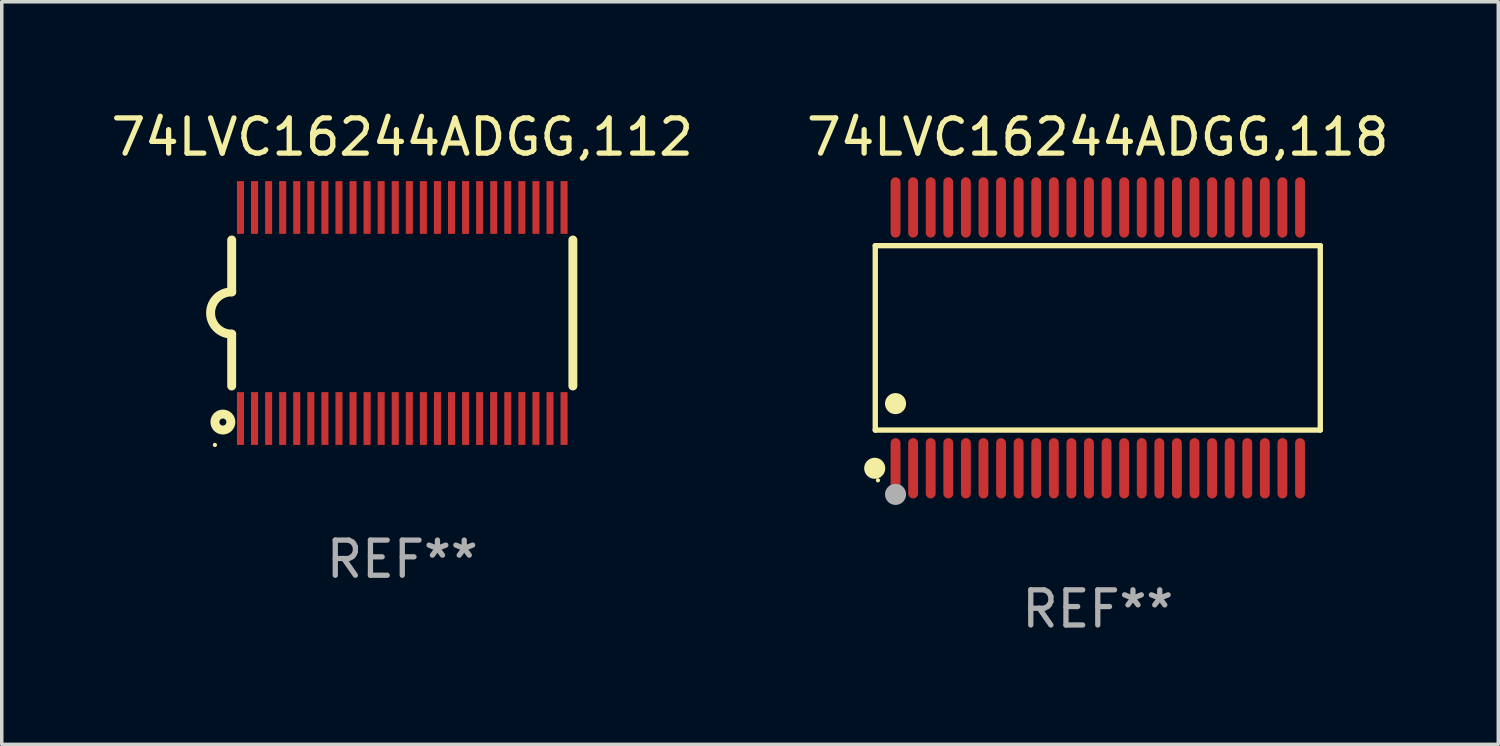
<source format=kicad_pcb>
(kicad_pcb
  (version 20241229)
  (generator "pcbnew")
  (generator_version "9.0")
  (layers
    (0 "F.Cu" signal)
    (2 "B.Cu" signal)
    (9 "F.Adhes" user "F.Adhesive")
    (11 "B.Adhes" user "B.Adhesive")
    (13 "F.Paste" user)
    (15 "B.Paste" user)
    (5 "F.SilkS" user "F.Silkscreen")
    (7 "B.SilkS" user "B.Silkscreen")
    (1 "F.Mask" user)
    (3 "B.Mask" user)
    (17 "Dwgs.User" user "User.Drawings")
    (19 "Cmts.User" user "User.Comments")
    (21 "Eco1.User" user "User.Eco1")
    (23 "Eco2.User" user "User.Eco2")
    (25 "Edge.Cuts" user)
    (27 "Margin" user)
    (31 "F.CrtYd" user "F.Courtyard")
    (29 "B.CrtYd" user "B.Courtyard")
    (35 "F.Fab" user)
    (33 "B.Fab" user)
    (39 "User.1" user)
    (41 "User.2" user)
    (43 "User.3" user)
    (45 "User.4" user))
  (footprint "74LVC16244ADGG,112"
    (layer "F.Cu")
    (at 8.387 5.849)
    (property "Reference" "74LVC16244ADGG,112" (at 0 -5.001 0) (layer "F.SilkS") (effects (font (size 1 1) (thickness 0.15))))
    (attr through_hole)
    (fp_line (start -4.85 -2.076) (end -4.85 -0.6) (stroke (width 0.254) (type solid)) (layer "F.SilkS"))
    (fp_line (start -4.85 2.076) (end -4.85 0.6) (stroke (width 0.254) (type solid)) (layer "F.SilkS"))
    (fp_line (start 4.85 -2.075) (end 4.85 2.075) (stroke (width 0.254) (type solid)) (layer "F.SilkS"))
    (fp_arc (start -4.850013 0.6) (mid -5.449099 -0.0008) (end -4.848869 -0.600457) (stroke (width 0.254001) (type solid)) (layer "F.SilkS"))
    (fp_circle (center -5.327 3.751) (end -5.297 3.751) (stroke (width 0.06) (type solid)) (fill no) (layer "F.SilkS"))
    (fp_circle (center -5.1 3.1) (end -5 3.1) (stroke (width 0.254) (type solid)) (fill no) (layer "F.SilkS"))
    (fp_text user "REF**" (at 0 7.001 0) (layer "F.Fab") (effects (font (size 1 1) (thickness 0.15))))
    (pad "1" smd rect (at -4.6 3) (size 0.2 1.5) (layers "F.Cu" "F.Mask" "F.Paste"))
    (pad "2" smd rect (at -4.2 3) (size 0.2 1.5) (layers "F.Cu" "F.Mask" "F.Paste"))
    (pad "3" smd rect (at -3.8 3) (size 0.2 1.5) (layers "F.Cu" "F.Mask" "F.Paste"))
    (pad "4" smd rect (at -3.4 3) (size 0.2 1.5) (layers "F.Cu" "F.Mask" "F.Paste"))
    (pad "5" smd rect (at -3 3.001) (size 0.2 1.5) (layers "F.Cu" "F.Mask" "F.Paste"))
    (pad "6" smd rect (at -2.6 3) (size 0.2 1.5) (layers "F.Cu" "F.Mask" "F.Paste"))
    (pad "7" smd rect (at -2.2 3) (size 0.2 1.5) (layers "F.Cu" "F.Mask" "F.Paste"))
    (pad "8" smd rect (at -1.8 3) (size 0.2 1.5) (layers "F.Cu" "F.Mask" "F.Paste"))
    (pad "9" smd rect (at -1.4 3) (size 0.2 1.5) (layers "F.Cu" "F.Mask" "F.Paste"))
    (pad "10" smd rect (at -1 3) (size 0.2 1.5) (layers "F.Cu" "F.Mask" "F.Paste"))
    (pad "11" smd rect (at -0.6 3) (size 0.2 1.5) (layers "F.Cu" "F.Mask" "F.Paste"))
    (pad "12" smd rect (at -0.2 3) (size 0.2 1.5) (layers "F.Cu" "F.Mask" "F.Paste"))
    (pad "13" smd rect (at 0.2 3) (size 0.2 1.5) (layers "F.Cu" "F.Mask" "F.Paste"))
    (pad "14" smd rect (at 0.6 3) (size 0.2 1.5) (layers "F.Cu" "F.Mask" "F.Paste"))
    (pad "15" smd rect (at 1 3) (size 0.2 1.5) (layers "F.Cu" "F.Mask" "F.Paste"))
    (pad "16" smd rect (at 1.4 3) (size 0.2 1.5) (layers "F.Cu" "F.Mask" "F.Paste"))
    (pad "17" smd rect (at 1.8 3) (size 0.2 1.5) (layers "F.Cu" "F.Mask" "F.Paste"))
    (pad "18" smd rect (at 2.2 3.001) (size 0.2 1.5) (layers "F.Cu" "F.Mask" "F.Paste"))
    (pad "19" smd rect (at 2.598 2.998) (size 0.2 1.5) (layers "F.Cu" "F.Mask" "F.Paste"))
    (pad "20" smd rect (at 3 3) (size 0.2 1.5) (layers "F.Cu" "F.Mask" "F.Paste"))
    (pad "21" smd rect (at 3.4 3) (size 0.2 1.5) (layers "F.Cu" "F.Mask" "F.Paste"))
    (pad "22" smd rect (at 3.8 2.998) (size 0.2 1.5) (layers "F.Cu" "F.Mask" "F.Paste"))
    (pad "23" smd rect (at 4.2 3) (size 0.2 1.5) (layers "F.Cu" "F.Mask" "F.Paste"))
    (pad "24" smd rect (at 4.6 3) (size 0.2 1.5) (layers "F.Cu" "F.Mask" "F.Paste"))
    (pad "25" smd rect (at 4.6 -3) (size 0.2 1.5) (layers "F.Cu" "F.Mask" "F.Paste"))
    (pad "26" smd rect (at 4.2 -3) (size 0.2 1.5) (layers "F.Cu" "F.Mask" "F.Paste"))
    (pad "27" smd rect (at 3.8 -3) (size 0.2 1.5) (layers "F.Cu" "F.Mask" "F.Paste"))
    (pad "28" smd rect (at 3.4 -3) (size 0.2 1.5) (layers "F.Cu" "F.Mask" "F.Paste"))
    (pad "29" smd rect (at 3 -3) (size 0.2 1.5) (layers "F.Cu" "F.Mask" "F.Paste"))
    (pad "30" smd rect (at 2.6 -3) (size 0.2 1.5) (layers "F.Cu" "F.Mask" "F.Paste"))
    (pad "31" smd rect (at 2.2 -3) (size 0.2 1.5) (layers "F.Cu" "F.Mask" "F.Paste"))
    (pad "32" smd rect (at 1.8 -3) (size 0.2 1.5) (layers "F.Cu" "F.Mask" "F.Paste"))
    (pad "33" smd rect (at 1.4 -3) (size 0.2 1.5) (layers "F.Cu" "F.Mask" "F.Paste"))
    (pad "34" smd rect (at 1 -3) (size 0.2 1.5) (layers "F.Cu" "F.Mask" "F.Paste"))
    (pad "35" smd rect (at 0.6 -3) (size 0.2 1.5) (layers "F.Cu" "F.Mask" "F.Paste"))
    (pad "36" smd rect (at 0.201 -3.001) (size 0.2 1.5) (layers "F.Cu" "F.Mask" "F.Paste"))
    (pad "37" smd rect (at -0.2 -3) (size 0.2 1.5) (layers "F.Cu" "F.Mask" "F.Paste"))
    (pad "38" smd rect (at -0.6 -3) (size 0.2 1.5) (layers "F.Cu" "F.Mask" "F.Paste"))
    (pad "39" smd rect (at -1 -3) (size 0.2 1.5) (layers "F.Cu" "F.Mask" "F.Paste"))
    (pad "40" smd rect (at -1.4 -3) (size 0.2 1.5) (layers "F.Cu" "F.Mask" "F.Paste"))
    (pad "41" smd rect (at -1.8 -3) (size 0.2 1.5) (layers "F.Cu" "F.Mask" "F.Paste"))
    (pad "42" smd rect (at -2.2 -3) (size 0.2 1.5) (layers "F.Cu" "F.Mask" "F.Paste"))
    (pad "43" smd rect (at -2.6 -3) (size 0.2 1.5) (layers "F.Cu" "F.Mask" "F.Paste"))
    (pad "44" smd rect (at -3 -3) (size 0.2 1.5) (layers "F.Cu" "F.Mask" "F.Paste"))
    (pad "45" smd rect (at -3.4 -3) (size 0.2 1.5) (layers "F.Cu" "F.Mask" "F.Paste"))
    (pad "46" smd rect (at -3.8 -3) (size 0.2 1.5) (layers "F.Cu" "F.Mask" "F.Paste"))
    (pad "47" smd rect (at -4.2 -3) (size 0.2 1.5) (layers "F.Cu" "F.Mask" "F.Paste"))
    (pad "48" smd rect (at -4.6 -3) (size 0.2 1.5) (layers "F.Cu" "F.Mask" "F.Paste")))
  (footprint "74LVC16244ADGG,118"
    (layer "F.Cu")
    (at 28.161 6.556)
    (property "Reference" "74LVC16244ADGG,118" (at 0 -5.708 0) (layer "F.SilkS") (effects (font (size 1 1) (thickness 0.15))))
    (attr through_hole)
    (fp_line (start -6.326 -2.622) (end 6.326 -2.622) (stroke (width 0.152) (type solid)) (layer "F.SilkS"))
    (fp_line (start -6.326 2.621) (end -6.326 -2.622) (stroke (width 0.152) (type solid)) (layer "F.SilkS"))
    (fp_line (start 6.326 -2.622) (end 6.326 2.621) (stroke (width 0.152) (type solid)) (layer "F.SilkS"))
    (fp_line (start 6.326 2.621) (end -6.326 2.621) (stroke (width 0.152) (type solid)) (layer "F.SilkS"))
    (fp_circle (center -6.342 3.708) (end -6.192 3.708) (stroke (width 0.3) (type solid)) (fill no) (layer "F.SilkS"))
    (fp_circle (center -6.25 4.05) (end -6.22 4.05) (stroke (width 0.06) (type solid)) (fill no) (layer "F.SilkS"))
    (fp_circle (center -5.75 1.869) (end -5.6 1.869) (stroke (width 0.3) (type solid)) (fill no) (layer "F.SilkS"))
    (fp_circle (center -5.75 4.45) (end -5.6 4.45) (stroke (width 0.3) (type solid)) (fill no) (layer "F.Fab"))
    (fp_text user "REF**" (at 0 7.708 0) (layer "F.Fab") (effects (font (size 1 1) (thickness 0.15))))
    (pad "1" smd oval (at -5.75 3.708) (size 0.28 1.715) (layers "F.Cu" "F.Mask" "F.Paste"))
    (pad "2" smd oval (at -5.25 3.708) (size 0.28 1.715) (layers "F.Cu" "F.Mask" "F.Paste"))
    (pad "3" smd oval (at -4.75 3.708) (size 0.28 1.715) (layers "F.Cu" "F.Mask" "F.Paste"))
    (pad "4" smd oval (at -4.25 3.708) (size 0.28 1.715) (layers "F.Cu" "F.Mask" "F.Paste"))
    (pad "5" smd oval (at -3.75 3.708) (size 0.28 1.715) (layers "F.Cu" "F.Mask" "F.Paste"))
    (pad "6" smd oval (at -3.25 3.708) (size 0.28 1.715) (layers "F.Cu" "F.Mask" "F.Paste"))
    (pad "7" smd oval (at -2.75 3.708) (size 0.28 1.715) (layers "F.Cu" "F.Mask" "F.Paste"))
    (pad "8" smd oval (at -2.25 3.708) (size 0.28 1.715) (layers "F.Cu" "F.Mask" "F.Paste"))
    (pad "9" smd oval (at -1.75 3.708) (size 0.28 1.715) (layers "F.Cu" "F.Mask" "F.Paste"))
    (pad "10" smd oval (at -1.25 3.708) (size 0.28 1.715) (layers "F.Cu" "F.Mask" "F.Paste"))
    (pad "11" smd oval (at -0.75 3.708) (size 0.28 1.715) (layers "F.Cu" "F.Mask" "F.Paste"))
    (pad "12" smd oval (at -0.25 3.708) (size 0.28 1.715) (layers "F.Cu" "F.Mask" "F.Paste"))
    (pad "13" smd oval (at 0.25 3.708) (size 0.28 1.715) (layers "F.Cu" "F.Mask" "F.Paste"))
    (pad "14" smd oval (at 0.75 3.708) (size 0.28 1.715) (layers "F.Cu" "F.Mask" "F.Paste"))
    (pad "15" smd oval (at 1.25 3.708) (size 0.28 1.715) (layers "F.Cu" "F.Mask" "F.Paste"))
    (pad "16" smd oval (at 1.75 3.708) (size 0.28 1.715) (layers "F.Cu" "F.Mask" "F.Paste"))
    (pad "17" smd oval (at 2.25 3.708) (size 0.28 1.715) (layers "F.Cu" "F.Mask" "F.Paste"))
    (pad "18" smd oval (at 2.75 3.708) (size 0.28 1.715) (layers "F.Cu" "F.Mask" "F.Paste"))
    (pad "19" smd oval (at 3.25 3.708) (size 0.28 1.715) (layers "F.Cu" "F.Mask" "F.Paste"))
    (pad "20" smd oval (at 3.75 3.708) (size 0.28 1.715) (layers "F.Cu" "F.Mask" "F.Paste"))
    (pad "21" smd oval (at 4.25 3.708) (size 0.28 1.715) (layers "F.Cu" "F.Mask" "F.Paste"))
    (pad "22" smd oval (at 4.75 3.708) (size 0.28 1.715) (layers "F.Cu" "F.Mask" "F.Paste"))
    (pad "23" smd oval (at 5.25 3.708) (size 0.28 1.715) (layers "F.Cu" "F.Mask" "F.Paste"))
    (pad "24" smd oval (at 5.75 3.708) (size 0.28 1.715) (layers "F.Cu" "F.Mask" "F.Paste"))
    (pad "25" smd oval (at 5.75 -3.708) (size 0.28 1.715) (layers "F.Cu" "F.Mask" "F.Paste"))
    (pad "26" smd oval (at 5.25 -3.708) (size 0.28 1.715) (layers "F.Cu" "F.Mask" "F.Paste"))
    (pad "27" smd oval (at 4.75 -3.708) (size 0.28 1.715) (layers "F.Cu" "F.Mask" "F.Paste"))
    (pad "28" smd oval (at 4.25 -3.708) (size 0.28 1.715) (layers "F.Cu" "F.Mask" "F.Paste"))
    (pad "29" smd oval (at 3.75 -3.708) (size 0.28 1.715) (layers "F.Cu" "F.Mask" "F.Paste"))
    (pad "30" smd oval (at 3.25 -3.708) (size 0.28 1.715) (layers "F.Cu" "F.Mask" "F.Paste"))
    (pad "31" smd oval (at 2.75 -3.708) (size 0.28 1.715) (layers "F.Cu" "F.Mask" "F.Paste"))
    (pad "32" smd oval (at 2.25 -3.708) (size 0.28 1.715) (layers "F.Cu" "F.Mask" "F.Paste"))
    (pad "33" smd oval (at 1.75 -3.708) (size 0.28 1.715) (layers "F.Cu" "F.Mask" "F.Paste"))
    (pad "34" smd oval (at 1.25 -3.708) (size 0.28 1.715) (layers "F.Cu" "F.Mask" "F.Paste"))
    (pad "35" smd oval (at 0.75 -3.708) (size 0.28 1.715) (layers "F.Cu" "F.Mask" "F.Paste"))
    (pad "36" smd oval (at 0.25 -3.708) (size 0.28 1.715) (layers "F.Cu" "F.Mask" "F.Paste"))
    (pad "37" smd oval (at -0.25 -3.708) (size 0.28 1.715) (layers "F.Cu" "F.Mask" "F.Paste"))
    (pad "38" smd oval (at -0.75 -3.708) (size 0.28 1.715) (layers "F.Cu" "F.Mask" "F.Paste"))
    (pad "39" smd oval (at -1.25 -3.708) (size 0.28 1.715) (layers "F.Cu" "F.Mask" "F.Paste"))
    (pad "40" smd oval (at -1.75 -3.708) (size 0.28 1.715) (layers "F.Cu" "F.Mask" "F.Paste"))
    (pad "41" smd oval (at -2.25 -3.708) (size 0.28 1.715) (layers "F.Cu" "F.Mask" "F.Paste"))
    (pad "42" smd oval (at -2.75 -3.708) (size 0.28 1.715) (layers "F.Cu" "F.Mask" "F.Paste"))
    (pad "43" smd oval (at -3.25 -3.708) (size 0.28 1.715) (layers "F.Cu" "F.Mask" "F.Paste"))
    (pad "44" smd oval (at -3.75 -3.708) (size 0.28 1.715) (layers "F.Cu" "F.Mask" "F.Paste"))
    (pad "45" smd oval (at -4.25 -3.708) (size 0.28 1.715) (layers "F.Cu" "F.Mask" "F.Paste"))
    (pad "46" smd oval (at -4.75 -3.708) (size 0.28 1.715) (layers "F.Cu" "F.Mask" "F.Paste"))
    (pad "47" smd oval (at -5.25 -3.708) (size 0.28 1.715) (layers "F.Cu" "F.Mask" "F.Paste"))
    (pad "48" smd oval (at -5.75 -3.708) (size 0.28 1.715) (layers "F.Cu" "F.Mask" "F.Paste")))
  (gr_rect
    (start -3 -3)
    (end 39.548 18.112)
    (stroke (width 0.1) (type default))
    (fill no)
    (layer "Edge.Cuts")))
</source>
